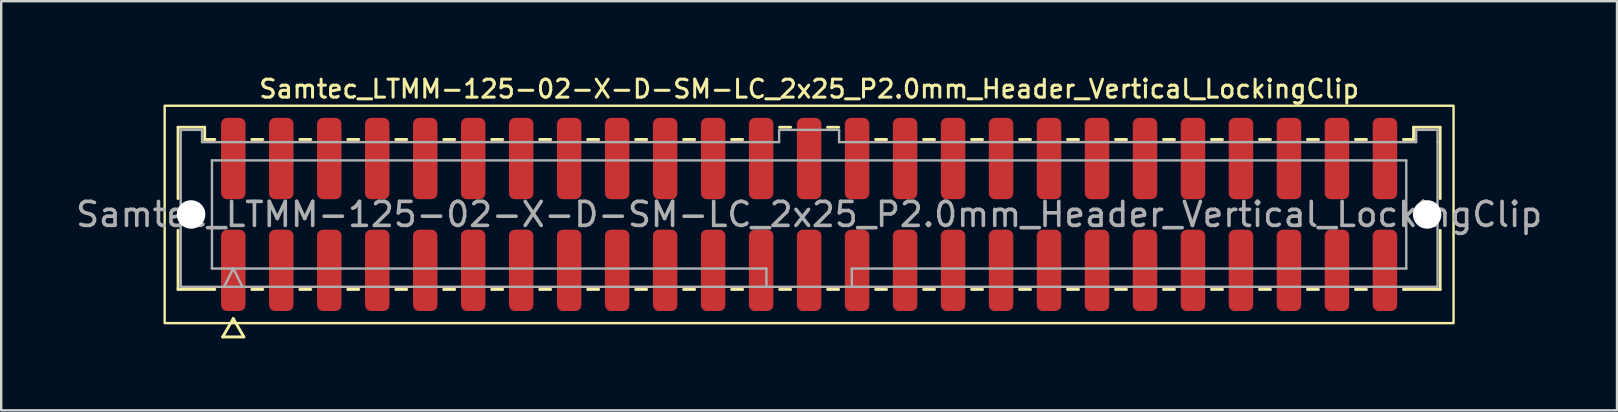
<source format=kicad_pcb>
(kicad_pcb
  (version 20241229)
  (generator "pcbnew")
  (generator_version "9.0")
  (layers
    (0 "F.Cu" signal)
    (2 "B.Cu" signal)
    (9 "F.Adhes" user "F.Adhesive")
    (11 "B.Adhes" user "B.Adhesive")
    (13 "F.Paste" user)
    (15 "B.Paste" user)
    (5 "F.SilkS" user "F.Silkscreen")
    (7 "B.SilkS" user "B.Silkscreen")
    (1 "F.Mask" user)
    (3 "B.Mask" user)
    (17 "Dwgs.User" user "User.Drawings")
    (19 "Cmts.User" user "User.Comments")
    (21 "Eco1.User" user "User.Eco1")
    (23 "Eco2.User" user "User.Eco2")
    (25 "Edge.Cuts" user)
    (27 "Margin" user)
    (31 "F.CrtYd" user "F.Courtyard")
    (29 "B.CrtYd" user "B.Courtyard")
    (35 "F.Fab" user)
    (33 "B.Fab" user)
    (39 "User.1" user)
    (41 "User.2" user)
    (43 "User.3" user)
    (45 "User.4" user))
  (footprint "Samtec_LTMM-125-02-X-D-SM-LC_2x25_P2.0mm_Header_Vertical_LockingClip"
    (layer "F.Cu")
    (at 30.673 5.888)
    (property "Reference" "Samtec_LTMM-125-02-X-D-SM-LC_2x25_P2.0mm_Header_Vertical_LockingClip" (at 0 -5.23 0) (layer "F.SilkS") (effects (font (size 0.75 0.75) (thickness 0.125))))
    (attr smd)
    (fp_line (start -26.302 -3.635) (end -25.192 -3.635) (stroke (width 0.12) (type solid)) (layer "F.SilkS"))
    (fp_line (start -26.302 -0.662) (end -26.302 -3.635) (stroke (width 0.12) (type solid)) (layer "F.SilkS"))
    (fp_line (start -26.302 3.125) (end -26.302 0.662) (stroke (width 0.12) (type solid)) (layer "F.SilkS"))
    (fp_line (start -25.192 -3.635) (end -25.192 -3.125) (stroke (width 0.12) (type solid)) (layer "F.SilkS"))
    (fp_line (start -25.192 -3.125) (end -24.77 -3.125) (stroke (width 0.12) (type solid)) (layer "F.SilkS"))
    (fp_line (start -24.77 3.125) (end -26.302 3.125) (stroke (width 0.12) (type solid)) (layer "F.SilkS"))
    (fp_line (start -24.442 5.105) (end -24 4.34) (stroke (width 0.12) (type solid)) (layer "F.SilkS"))
    (fp_line (start -24 4.34) (end -23.558 5.105) (stroke (width 0.12) (type solid)) (layer "F.SilkS"))
    (fp_line (start -23.558 5.105) (end -24.442 5.105) (stroke (width 0.12) (type solid)) (layer "F.SilkS"))
    (fp_line (start -23.23 -3.125) (end -22.77 -3.125) (stroke (width 0.12) (type solid)) (layer "F.SilkS"))
    (fp_line (start -22.77 3.125) (end -23.23 3.125) (stroke (width 0.12) (type solid)) (layer "F.SilkS"))
    (fp_line (start -21.23 -3.125) (end -20.77 -3.125) (stroke (width 0.12) (type solid)) (layer "F.SilkS"))
    (fp_line (start -20.77 3.125) (end -21.23 3.125) (stroke (width 0.12) (type solid)) (layer "F.SilkS"))
    (fp_line (start -19.23 -3.125) (end -18.77 -3.125) (stroke (width 0.12) (type solid)) (layer "F.SilkS"))
    (fp_line (start -18.77 3.125) (end -19.23 3.125) (stroke (width 0.12) (type solid)) (layer "F.SilkS"))
    (fp_line (start -17.23 -3.125) (end -16.77 -3.125) (stroke (width 0.12) (type solid)) (layer "F.SilkS"))
    (fp_line (start -16.77 3.125) (end -17.23 3.125) (stroke (width 0.12) (type solid)) (layer "F.SilkS"))
    (fp_line (start -15.23 -3.125) (end -14.77 -3.125) (stroke (width 0.12) (type solid)) (layer "F.SilkS"))
    (fp_line (start -14.77 3.125) (end -15.23 3.125) (stroke (width 0.12) (type solid)) (layer "F.SilkS"))
    (fp_line (start -13.23 -3.125) (end -12.77 -3.125) (stroke (width 0.12) (type solid)) (layer "F.SilkS"))
    (fp_line (start -12.77 3.125) (end -13.23 3.125) (stroke (width 0.12) (type solid)) (layer "F.SilkS"))
    (fp_line (start -11.23 -3.125) (end -10.77 -3.125) (stroke (width 0.12) (type solid)) (layer "F.SilkS"))
    (fp_line (start -10.77 3.125) (end -11.23 3.125) (stroke (width 0.12) (type solid)) (layer "F.SilkS"))
    (fp_line (start -9.23 -3.125) (end -8.77 -3.125) (stroke (width 0.12) (type solid)) (layer "F.SilkS"))
    (fp_line (start -8.77 3.125) (end -9.23 3.125) (stroke (width 0.12) (type solid)) (layer "F.SilkS"))
    (fp_line (start -7.23 -3.125) (end -6.77 -3.125) (stroke (width 0.12) (type solid)) (layer "F.SilkS"))
    (fp_line (start -6.77 3.125) (end -7.23 3.125) (stroke (width 0.12) (type solid)) (layer "F.SilkS"))
    (fp_line (start -5.23 -3.125) (end -4.77 -3.125) (stroke (width 0.12) (type solid)) (layer "F.SilkS"))
    (fp_line (start -4.77 3.125) (end -5.23 3.125) (stroke (width 0.12) (type solid)) (layer "F.SilkS"))
    (fp_line (start -3.23 -3.125) (end -2.77 -3.125) (stroke (width 0.12) (type solid)) (layer "F.SilkS"))
    (fp_line (start -2.77 3.125) (end -3.23 3.125) (stroke (width 0.12) (type solid)) (layer "F.SilkS"))
    (fp_line (start -1.23 -3.635) (end -0.77 -3.635) (stroke (width 0.12) (type solid)) (layer "F.SilkS"))
    (fp_line (start -0.77 3.125) (end -1.23 3.125) (stroke (width 0.12) (type solid)) (layer "F.SilkS"))
    (fp_line (start 0.77 -3.635) (end 1.23 -3.635) (stroke (width 0.12) (type solid)) (layer "F.SilkS"))
    (fp_line (start 1.23 3.125) (end 0.77 3.125) (stroke (width 0.12) (type solid)) (layer "F.SilkS"))
    (fp_line (start 2.77 -3.125) (end 3.23 -3.125) (stroke (width 0.12) (type solid)) (layer "F.SilkS"))
    (fp_line (start 3.23 3.125) (end 2.77 3.125) (stroke (width 0.12) (type solid)) (layer "F.SilkS"))
    (fp_line (start 4.77 -3.125) (end 5.23 -3.125) (stroke (width 0.12) (type solid)) (layer "F.SilkS"))
    (fp_line (start 5.23 3.125) (end 4.77 3.125) (stroke (width 0.12) (type solid)) (layer "F.SilkS"))
    (fp_line (start 6.77 -3.125) (end 7.23 -3.125) (stroke (width 0.12) (type solid)) (layer "F.SilkS"))
    (fp_line (start 7.23 3.125) (end 6.77 3.125) (stroke (width 0.12) (type solid)) (layer "F.SilkS"))
    (fp_line (start 8.77 -3.125) (end 9.23 -3.125) (stroke (width 0.12) (type solid)) (layer "F.SilkS"))
    (fp_line (start 9.23 3.125) (end 8.77 3.125) (stroke (width 0.12) (type solid)) (layer "F.SilkS"))
    (fp_line (start 10.77 -3.125) (end 11.23 -3.125) (stroke (width 0.12) (type solid)) (layer "F.SilkS"))
    (fp_line (start 11.23 3.125) (end 10.77 3.125) (stroke (width 0.12) (type solid)) (layer "F.SilkS"))
    (fp_line (start 12.77 -3.125) (end 13.23 -3.125) (stroke (width 0.12) (type solid)) (layer "F.SilkS"))
    (fp_line (start 13.23 3.125) (end 12.77 3.125) (stroke (width 0.12) (type solid)) (layer "F.SilkS"))
    (fp_line (start 14.77 -3.125) (end 15.23 -3.125) (stroke (width 0.12) (type solid)) (layer "F.SilkS"))
    (fp_line (start 15.23 3.125) (end 14.77 3.125) (stroke (width 0.12) (type solid)) (layer "F.SilkS"))
    (fp_line (start 16.77 -3.125) (end 17.23 -3.125) (stroke (width 0.12) (type solid)) (layer "F.SilkS"))
    (fp_line (start 17.23 3.125) (end 16.77 3.125) (stroke (width 0.12) (type solid)) (layer "F.SilkS"))
    (fp_line (start 18.77 -3.125) (end 19.23 -3.125) (stroke (width 0.12) (type solid)) (layer "F.SilkS"))
    (fp_line (start 19.23 3.125) (end 18.77 3.125) (stroke (width 0.12) (type solid)) (layer "F.SilkS"))
    (fp_line (start 20.77 -3.125) (end 21.23 -3.125) (stroke (width 0.12) (type solid)) (layer "F.SilkS"))
    (fp_line (start 21.23 3.125) (end 20.77 3.125) (stroke (width 0.12) (type solid)) (layer "F.SilkS"))
    (fp_line (start 22.77 -3.125) (end 23.23 -3.125) (stroke (width 0.12) (type solid)) (layer "F.SilkS"))
    (fp_line (start 23.23 3.125) (end 22.77 3.125) (stroke (width 0.12) (type solid)) (layer "F.SilkS"))
    (fp_line (start 24.77 -3.125) (end 25.192 -3.125) (stroke (width 0.12) (type solid)) (layer "F.SilkS"))
    (fp_line (start 25.192 -3.635) (end 26.302 -3.635) (stroke (width 0.12) (type solid)) (layer "F.SilkS"))
    (fp_line (start 25.192 -3.125) (end 25.192 -3.635) (stroke (width 0.12) (type solid)) (layer "F.SilkS"))
    (fp_line (start 26.302 -3.635) (end 26.302 -0.662) (stroke (width 0.12) (type solid)) (layer "F.SilkS"))
    (fp_line (start 26.302 0.662) (end 26.302 3.125) (stroke (width 0.12) (type solid)) (layer "F.SilkS"))
    (fp_line (start 26.302 3.125) (end 24.77 3.125) (stroke (width 0.12) (type solid)) (layer "F.SilkS"))
    (fp_rect (start -26.86 -4.53) (end 26.86 4.53) (stroke (width 0.1) (type solid)) (fill no) (layer "F.SilkS"))
    (fp_line (start -26.192 -3.525) (end -25.302 -3.525) (stroke (width 0.1) (type solid)) (layer "F.Fab"))
    (fp_line (start -26.192 3.015) (end -26.192 -3.525) (stroke (width 0.1) (type solid)) (layer "F.Fab"))
    (fp_line (start -25.302 -3.525) (end -25.302 -3.015) (stroke (width 0.1) (type solid)) (layer "F.Fab"))
    (fp_line (start -25.302 -3.015) (end -1.25 -3.015) (stroke (width 0.1) (type solid)) (layer "F.Fab"))
    (fp_line (start -24.889 -2.253) (end 24.889 -2.253) (stroke (width 0.1) (type solid)) (layer "F.Fab"))
    (fp_line (start -24.889 2.253) (end -24.889 -2.253) (stroke (width 0.1) (type solid)) (layer "F.Fab"))
    (fp_line (start -24.381 3.015) (end -24 2.253) (stroke (width 0.1) (type solid)) (layer "F.Fab"))
    (fp_line (start -24 2.253) (end -23.619 3.015) (stroke (width 0.1) (type solid)) (layer "F.Fab"))
    (fp_line (start -1.78 2.253) (end -24.889 2.253) (stroke (width 0.1) (type solid)) (layer "F.Fab"))
    (fp_line (start -1.78 3.015) (end -1.78 2.253) (stroke (width 0.1) (type solid)) (layer "F.Fab"))
    (fp_line (start -1.25 -3.525) (end 1.25 -3.525) (stroke (width 0.1) (type solid)) (layer "F.Fab"))
    (fp_line (start -1.25 -3.015) (end -1.25 -3.525) (stroke (width 0.1) (type solid)) (layer "F.Fab"))
    (fp_line (start 1.25 -3.525) (end 1.25 -3.015) (stroke (width 0.1) (type solid)) (layer "F.Fab"))
    (fp_line (start 1.25 -3.015) (end 25.302 -3.015) (stroke (width 0.1) (type solid)) (layer "F.Fab"))
    (fp_line (start 1.78 2.253) (end 1.78 3.015) (stroke (width 0.1) (type solid)) (layer "F.Fab"))
    (fp_line (start 24.889 -2.253) (end 24.889 2.253) (stroke (width 0.1) (type solid)) (layer "F.Fab"))
    (fp_line (start 24.889 2.253) (end 1.78 2.253) (stroke (width 0.1) (type solid)) (layer "F.Fab"))
    (fp_line (start 25.302 -3.525) (end 26.192 -3.525) (stroke (width 0.1) (type solid)) (layer "F.Fab"))
    (fp_line (start 25.302 -3.015) (end 25.302 -3.525) (stroke (width 0.1) (type solid)) (layer "F.Fab"))
    (fp_line (start 26.192 -3.525) (end 26.192 -3.015) (stroke (width 0.1) (type solid)) (layer "F.Fab"))
    (fp_line (start 26.192 -3.015) (end 26.192 3.015) (stroke (width 0.1) (type solid)) (layer "F.Fab"))
    (fp_line (start 26.192 3.015) (end -26.192 3.015) (stroke (width 0.1) (type solid)) (layer "F.Fab"))
    (fp_text user "${REFERENCE}" (at 0 0 0) (layer "F.Fab") (effects (font (size 1 1) (thickness 0.15))))
    (pad "" np_thru_hole circle (at -25.76 0) (size 1.19 1.19) (drill 1.19) (layers "*.Cu" "*.Mask"))
    (pad "" np_thru_hole circle (at 25.76 0) (size 1.19 1.19) (drill 1.19) (layers "*.Cu" "*.Mask"))
    (pad "1" smd roundrect (at -24 2.33) (size 1.02 3.39) (layers "F.Cu" "F.Mask" "F.Paste") (roundrect_rratio 0.245))
    (pad "2" smd roundrect (at -24 -2.33) (size 1.02 3.39) (layers "F.Cu" "F.Mask" "F.Paste") (roundrect_rratio 0.245))
    (pad "3" smd roundrect (at -22 2.33) (size 1.02 3.39) (layers "F.Cu" "F.Mask" "F.Paste") (roundrect_rratio 0.245))
    (pad "4" smd roundrect (at -22 -2.33) (size 1.02 3.39) (layers "F.Cu" "F.Mask" "F.Paste") (roundrect_rratio 0.245))
    (pad "5" smd roundrect (at -20 2.33) (size 1.02 3.39) (layers "F.Cu" "F.Mask" "F.Paste") (roundrect_rratio 0.245))
    (pad "6" smd roundrect (at -20 -2.33) (size 1.02 3.39) (layers "F.Cu" "F.Mask" "F.Paste") (roundrect_rratio 0.245))
    (pad "7" smd roundrect (at -18 2.33) (size 1.02 3.39) (layers "F.Cu" "F.Mask" "F.Paste") (roundrect_rratio 0.245))
    (pad "8" smd roundrect (at -18 -2.33) (size 1.02 3.39) (layers "F.Cu" "F.Mask" "F.Paste") (roundrect_rratio 0.245))
    (pad "9" smd roundrect (at -16 2.33) (size 1.02 3.39) (layers "F.Cu" "F.Mask" "F.Paste") (roundrect_rratio 0.245))
    (pad "10" smd roundrect (at -16 -2.33) (size 1.02 3.39) (layers "F.Cu" "F.Mask" "F.Paste") (roundrect_rratio 0.245))
    (pad "11" smd roundrect (at -14 2.33) (size 1.02 3.39) (layers "F.Cu" "F.Mask" "F.Paste") (roundrect_rratio 0.245))
    (pad "12" smd roundrect (at -14 -2.33) (size 1.02 3.39) (layers "F.Cu" "F.Mask" "F.Paste") (roundrect_rratio 0.245))
    (pad "13" smd roundrect (at -12 2.33) (size 1.02 3.39) (layers "F.Cu" "F.Mask" "F.Paste") (roundrect_rratio 0.245))
    (pad "14" smd roundrect (at -12 -2.33) (size 1.02 3.39) (layers "F.Cu" "F.Mask" "F.Paste") (roundrect_rratio 0.245))
    (pad "15" smd roundrect (at -10 2.33) (size 1.02 3.39) (layers "F.Cu" "F.Mask" "F.Paste") (roundrect_rratio 0.245))
    (pad "16" smd roundrect (at -10 -2.33) (size 1.02 3.39) (layers "F.Cu" "F.Mask" "F.Paste") (roundrect_rratio 0.245))
    (pad "17" smd roundrect (at -8 2.33) (size 1.02 3.39) (layers "F.Cu" "F.Mask" "F.Paste") (roundrect_rratio 0.245))
    (pad "18" smd roundrect (at -8 -2.33) (size 1.02 3.39) (layers "F.Cu" "F.Mask" "F.Paste") (roundrect_rratio 0.245))
    (pad "19" smd roundrect (at -6 2.33) (size 1.02 3.39) (layers "F.Cu" "F.Mask" "F.Paste") (roundrect_rratio 0.245))
    (pad "20" smd roundrect (at -6 -2.33) (size 1.02 3.39) (layers "F.Cu" "F.Mask" "F.Paste") (roundrect_rratio 0.245))
    (pad "21" smd roundrect (at -4 2.33) (size 1.02 3.39) (layers "F.Cu" "F.Mask" "F.Paste") (roundrect_rratio 0.245))
    (pad "22" smd roundrect (at -4 -2.33) (size 1.02 3.39) (layers "F.Cu" "F.Mask" "F.Paste") (roundrect_rratio 0.245))
    (pad "23" smd roundrect (at -2 2.33) (size 1.02 3.39) (layers "F.Cu" "F.Mask" "F.Paste") (roundrect_rratio 0.245))
    (pad "24" smd roundrect (at -2 -2.33) (size 1.02 3.39) (layers "F.Cu" "F.Mask" "F.Paste") (roundrect_rratio 0.245))
    (pad "25" smd roundrect (at 0 2.33) (size 1.02 3.39) (layers "F.Cu" "F.Mask" "F.Paste") (roundrect_rratio 0.245))
    (pad "26" smd roundrect (at 0 -2.33) (size 1.02 3.39) (layers "F.Cu" "F.Mask" "F.Paste") (roundrect_rratio 0.245))
    (pad "27" smd roundrect (at 2 2.33) (size 1.02 3.39) (layers "F.Cu" "F.Mask" "F.Paste") (roundrect_rratio 0.245))
    (pad "28" smd roundrect (at 2 -2.33) (size 1.02 3.39) (layers "F.Cu" "F.Mask" "F.Paste") (roundrect_rratio 0.245))
    (pad "29" smd roundrect (at 4 2.33) (size 1.02 3.39) (layers "F.Cu" "F.Mask" "F.Paste") (roundrect_rratio 0.245))
    (pad "30" smd roundrect (at 4 -2.33) (size 1.02 3.39) (layers "F.Cu" "F.Mask" "F.Paste") (roundrect_rratio 0.245))
    (pad "31" smd roundrect (at 6 2.33) (size 1.02 3.39) (layers "F.Cu" "F.Mask" "F.Paste") (roundrect_rratio 0.245))
    (pad "32" smd roundrect (at 6 -2.33) (size 1.02 3.39) (layers "F.Cu" "F.Mask" "F.Paste") (roundrect_rratio 0.245))
    (pad "33" smd roundrect (at 8 2.33) (size 1.02 3.39) (layers "F.Cu" "F.Mask" "F.Paste") (roundrect_rratio 0.245))
    (pad "34" smd roundrect (at 8 -2.33) (size 1.02 3.39) (layers "F.Cu" "F.Mask" "F.Paste") (roundrect_rratio 0.245))
    (pad "35" smd roundrect (at 10 2.33) (size 1.02 3.39) (layers "F.Cu" "F.Mask" "F.Paste") (roundrect_rratio 0.245))
    (pad "36" smd roundrect (at 10 -2.33) (size 1.02 3.39) (layers "F.Cu" "F.Mask" "F.Paste") (roundrect_rratio 0.245))
    (pad "37" smd roundrect (at 12 2.33) (size 1.02 3.39) (layers "F.Cu" "F.Mask" "F.Paste") (roundrect_rratio 0.245))
    (pad "38" smd roundrect (at 12 -2.33) (size 1.02 3.39) (layers "F.Cu" "F.Mask" "F.Paste") (roundrect_rratio 0.245))
    (pad "39" smd roundrect (at 14 2.33) (size 1.02 3.39) (layers "F.Cu" "F.Mask" "F.Paste") (roundrect_rratio 0.245))
    (pad "40" smd roundrect (at 14 -2.33) (size 1.02 3.39) (layers "F.Cu" "F.Mask" "F.Paste") (roundrect_rratio 0.245))
    (pad "41" smd roundrect (at 16 2.33) (size 1.02 3.39) (layers "F.Cu" "F.Mask" "F.Paste") (roundrect_rratio 0.245))
    (pad "42" smd roundrect (at 16 -2.33) (size 1.02 3.39) (layers "F.Cu" "F.Mask" "F.Paste") (roundrect_rratio 0.245))
    (pad "43" smd roundrect (at 18 2.33) (size 1.02 3.39) (layers "F.Cu" "F.Mask" "F.Paste") (roundrect_rratio 0.245))
    (pad "44" smd roundrect (at 18 -2.33) (size 1.02 3.39) (layers "F.Cu" "F.Mask" "F.Paste") (roundrect_rratio 0.245))
    (pad "45" smd roundrect (at 20 2.33) (size 1.02 3.39) (layers "F.Cu" "F.Mask" "F.Paste") (roundrect_rratio 0.245))
    (pad "46" smd roundrect (at 20 -2.33) (size 1.02 3.39) (layers "F.Cu" "F.Mask" "F.Paste") (roundrect_rratio 0.245))
    (pad "47" smd roundrect (at 22 2.33) (size 1.02 3.39) (layers "F.Cu" "F.Mask" "F.Paste") (roundrect_rratio 0.245))
    (pad "48" smd roundrect (at 22 -2.33) (size 1.02 3.39) (layers "F.Cu" "F.Mask" "F.Paste") (roundrect_rratio 0.245))
    (pad "49" smd roundrect (at 24 2.33) (size 1.02 3.39) (layers "F.Cu" "F.Mask" "F.Paste") (roundrect_rratio 0.245))
    (pad "50" smd roundrect (at 24 -2.33) (size 1.02 3.39) (layers "F.Cu" "F.Mask" "F.Paste") (roundrect_rratio 0.245)))
  (gr_rect
    (start -3 -3)
    (end 64.345 14.053)
    (stroke (width 0.1) (type default))
    (fill no)
    (layer "Edge.Cuts")))
</source>
